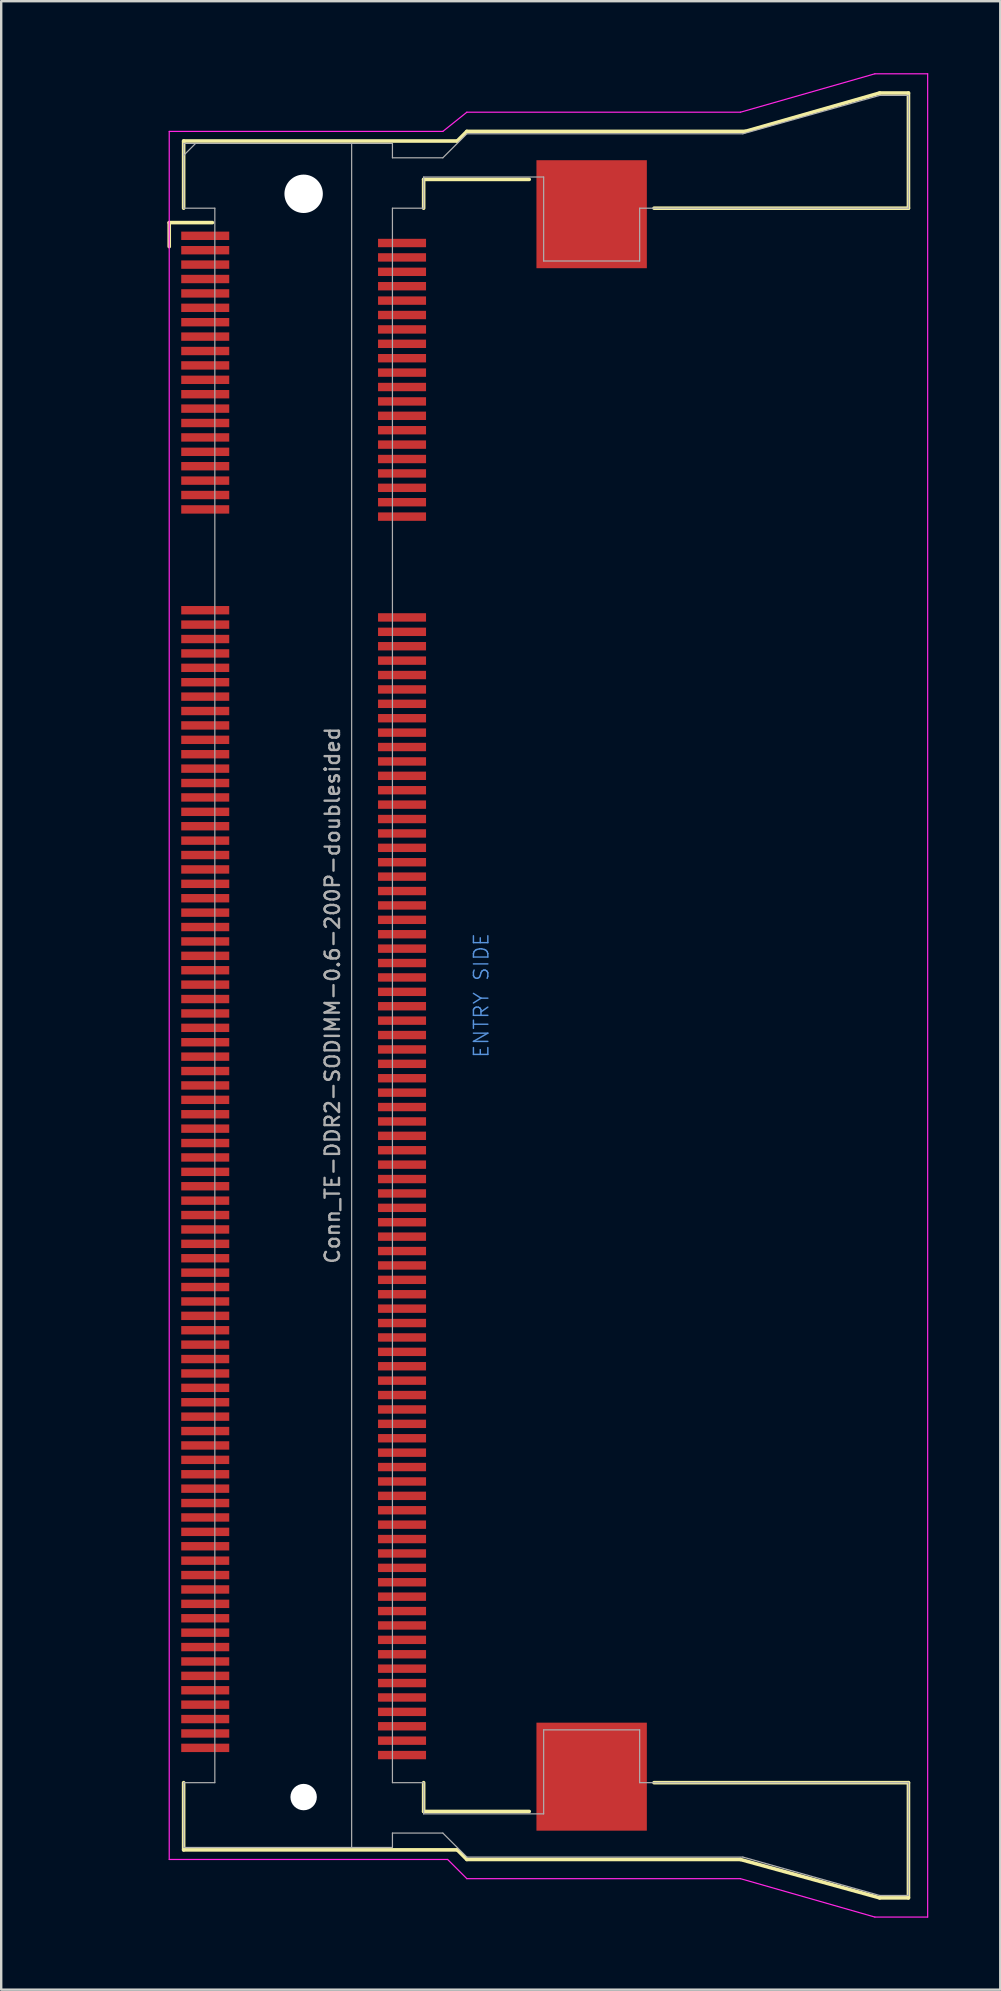
<source format=kicad_pcb>
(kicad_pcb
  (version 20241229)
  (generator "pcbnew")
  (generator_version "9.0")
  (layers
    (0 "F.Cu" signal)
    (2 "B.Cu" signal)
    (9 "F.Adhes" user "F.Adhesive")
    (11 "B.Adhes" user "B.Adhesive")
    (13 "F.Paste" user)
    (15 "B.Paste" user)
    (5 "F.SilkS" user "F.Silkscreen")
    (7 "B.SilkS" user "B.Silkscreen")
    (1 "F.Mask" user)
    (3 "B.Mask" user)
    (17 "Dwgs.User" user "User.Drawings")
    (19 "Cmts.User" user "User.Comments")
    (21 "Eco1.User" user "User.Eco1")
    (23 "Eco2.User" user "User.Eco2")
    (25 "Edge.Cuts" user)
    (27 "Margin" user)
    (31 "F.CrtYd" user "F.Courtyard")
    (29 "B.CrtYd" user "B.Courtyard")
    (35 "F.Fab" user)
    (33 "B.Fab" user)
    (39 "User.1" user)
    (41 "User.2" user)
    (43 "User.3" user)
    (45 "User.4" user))
  (footprint "Conn_TE-DDR2-SODIMM-0.6-200P-doublesided"
    (layer "F.Cu")
    (at 9.601 38.425)
    (property "Reference" "Conn_TE-DDR2-SODIMM-0.6-200P-doublesided" (at 1.2 0 90) (layer "F.Fab") (effects (font (size 0.6 0.6) (thickness 0.1))))
    (attr through_hole)
    (fp_line (start -5.6 -32.2) (end -3.8 -32.2) (stroke (width 0.15) (type solid)) (layer "F.SilkS"))
    (fp_line (start -5.6 -31.2) (end -5.6 -32.2) (stroke (width 0.15) (type solid)) (layer "F.SilkS"))
    (fp_line (start -5 -35.6) (end 6.4 -35.6) (stroke (width 0.15) (type solid)) (layer "F.SilkS"))
    (fp_line (start -5 -32.8) (end -5 -35.6) (stroke (width 0.15) (type solid)) (layer "F.SilkS"))
    (fp_line (start -5 32.8) (end -5 35.6) (stroke (width 0.15) (type solid)) (layer "F.SilkS"))
    (fp_line (start -5 35.6) (end 6.4 35.6) (stroke (width 0.15) (type solid)) (layer "F.SilkS"))
    (fp_line (start 5 -34) (end 9.4 -34) (stroke (width 0.15) (type solid)) (layer "F.SilkS"))
    (fp_line (start 5 -32.8) (end 5 -34) (stroke (width 0.15) (type solid)) (layer "F.SilkS"))
    (fp_line (start 5 34) (end 5 32.8) (stroke (width 0.15) (type solid)) (layer "F.SilkS"))
    (fp_line (start 6.4 -35.6) (end 6.8 -36) (stroke (width 0.15) (type solid)) (layer "F.SilkS"))
    (fp_line (start 6.4 35.6) (end 6.8 36) (stroke (width 0.15) (type solid)) (layer "F.SilkS"))
    (fp_line (start 6.8 -36) (end 18.4 -36) (stroke (width 0.15) (type solid)) (layer "F.SilkS"))
    (fp_line (start 6.8 36) (end 18.2 36) (stroke (width 0.15) (type solid)) (layer "F.SilkS"))
    (fp_line (start 9.4 34) (end 5 34) (stroke (width 0.15) (type solid)) (layer "F.SilkS"))
    (fp_line (start 14.6 -32.8) (end 25.2 -32.8) (stroke (width 0.15) (type solid)) (layer "F.SilkS"))
    (fp_line (start 14.6 32.8) (end 25.2 32.8) (stroke (width 0.15) (type solid)) (layer "F.SilkS"))
    (fp_line (start 18.2 36) (end 24 37.6) (stroke (width 0.15) (type solid)) (layer "F.SilkS"))
    (fp_line (start 18.4 -36) (end 24 -37.6) (stroke (width 0.15) (type solid)) (layer "F.SilkS"))
    (fp_line (start 24 -37.6) (end 25.2 -37.6) (stroke (width 0.15) (type solid)) (layer "F.SilkS"))
    (fp_line (start 24 37.6) (end 25.2 37.6) (stroke (width 0.15) (type solid)) (layer "F.SilkS"))
    (fp_line (start 25.2 -37.6) (end 25.2 -32.8) (stroke (width 0.15) (type solid)) (layer "F.SilkS"))
    (fp_line (start 25.2 37.6) (end 25.2 32.8) (stroke (width 0.15) (type solid)) (layer "F.SilkS"))
    (fp_line (start -5.6 -36) (end -5.6 36) (stroke (width 0.05) (type solid)) (layer "F.CrtYd"))
    (fp_line (start -5.6 -36) (end 5.8 -36) (stroke (width 0.05) (type solid)) (layer "F.CrtYd"))
    (fp_line (start -5.6 36) (end 6 36) (stroke (width 0.05) (type solid)) (layer "F.CrtYd"))
    (fp_line (start 6 36) (end 6.8 36.8) (stroke (width 0.05) (type solid)) (layer "F.CrtYd"))
    (fp_line (start 6.8 -36.8) (end 5.8 -36) (stroke (width 0.05) (type solid)) (layer "F.CrtYd"))
    (fp_line (start 6.8 36.8) (end 18.2 36.8) (stroke (width 0.05) (type solid)) (layer "F.CrtYd"))
    (fp_line (start 18.2 -36.8) (end 6.8 -36.8) (stroke (width 0.05) (type solid)) (layer "F.CrtYd"))
    (fp_line (start 18.2 36.8) (end 23.8 38.4) (stroke (width 0.05) (type solid)) (layer "F.CrtYd"))
    (fp_line (start 23.8 -38.4) (end 18.2 -36.8) (stroke (width 0.05) (type solid)) (layer "F.CrtYd"))
    (fp_line (start 23.8 38.4) (end 26 38.4) (stroke (width 0.05) (type solid)) (layer "F.CrtYd"))
    (fp_line (start 26 -38.4) (end 23.8 -38.4) (stroke (width 0.05) (type solid)) (layer "F.CrtYd"))
    (fp_line (start 26 38.4) (end 26 -38.4) (stroke (width 0.05) (type solid)) (layer "F.CrtYd"))
    (fp_line (start -5 -35.5) (end -5 -32.8) (stroke (width 0.05) (type solid)) (layer "F.Fab"))
    (fp_line (start -5 -35.5) (end 2 -35.5) (stroke (width 0.05) (type solid)) (layer "F.Fab"))
    (fp_line (start -5 -35) (end -4.5 -35.5) (stroke (width 0.05) (type solid)) (layer "F.Fab"))
    (fp_line (start -5 -32.8) (end -3.7 -32.8) (stroke (width 0.05) (type solid)) (layer "F.Fab"))
    (fp_line (start -5 32.8) (end -3.7 32.8) (stroke (width 0.05) (type solid)) (layer "F.Fab"))
    (fp_line (start -5 35.5) (end -5 32.8) (stroke (width 0.05) (type solid)) (layer "F.Fab"))
    (fp_line (start -3.7 32.8) (end -3.7 -32.8) (stroke (width 0.05) (type solid)) (layer "F.Fab"))
    (fp_line (start 2 -35.5) (end 2 35.5) (stroke (width 0.05) (type solid)) (layer "F.Fab"))
    (fp_line (start 2 35.5) (end -5 35.5) (stroke (width 0.05) (type solid)) (layer "F.Fab"))
    (fp_line (start 3.7 -35.5) (end 2 -35.5) (stroke (width 0.05) (type solid)) (layer "F.Fab"))
    (fp_line (start 3.7 -35.5) (end 3.7 -34.9) (stroke (width 0.05) (type solid)) (layer "F.Fab"))
    (fp_line (start 3.7 -32.8) (end 3.7 32.8) (stroke (width 0.05) (type solid)) (layer "F.Fab"))
    (fp_line (start 3.7 -32.8) (end 5 -32.8) (stroke (width 0.05) (type solid)) (layer "F.Fab"))
    (fp_line (start 3.7 34.9) (end 3.7 35.5) (stroke (width 0.05) (type solid)) (layer "F.Fab"))
    (fp_line (start 3.7 34.9) (end 5.8 34.9) (stroke (width 0.05) (type solid)) (layer "F.Fab"))
    (fp_line (start 3.7 35.5) (end 2 35.5) (stroke (width 0.05) (type solid)) (layer "F.Fab"))
    (fp_line (start 5 -34.1) (end 10 -34.1) (stroke (width 0.05) (type solid)) (layer "F.Fab"))
    (fp_line (start 5 -32.8) (end 5 -34.1) (stroke (width 0.05) (type solid)) (layer "F.Fab"))
    (fp_line (start 5 32.8) (end 3.7 32.8) (stroke (width 0.05) (type solid)) (layer "F.Fab"))
    (fp_line (start 5 34.1) (end 5 32.8) (stroke (width 0.05) (type solid)) (layer "F.Fab"))
    (fp_line (start 5 34.1) (end 10 34.1) (stroke (width 0.05) (type solid)) (layer "F.Fab"))
    (fp_line (start 5.8 -34.9) (end 3.7 -34.9) (stroke (width 0.05) (type solid)) (layer "F.Fab"))
    (fp_line (start 5.8 -34.9) (end 6.8 -35.9) (stroke (width 0.05) (type solid)) (layer "F.Fab"))
    (fp_line (start 5.8 34.9) (end 6.8 35.9) (stroke (width 0.05) (type solid)) (layer "F.Fab"))
    (fp_line (start 6.8 -35.9) (end 18.3 -35.9) (stroke (width 0.05) (type solid)) (layer "F.Fab"))
    (fp_line (start 10 -34.1) (end 10 -30.6) (stroke (width 0.05) (type solid)) (layer "F.Fab"))
    (fp_line (start 10 -30.6) (end 14 -30.6) (stroke (width 0.05) (type solid)) (layer "F.Fab"))
    (fp_line (start 10 30.6) (end 14 30.6) (stroke (width 0.05) (type solid)) (layer "F.Fab"))
    (fp_line (start 10 34.1) (end 10 30.6) (stroke (width 0.05) (type solid)) (layer "F.Fab"))
    (fp_line (start 14 -32.8) (end 25.2 -32.8) (stroke (width 0.05) (type solid)) (layer "F.Fab"))
    (fp_line (start 14 -30.6) (end 14 -32.8) (stroke (width 0.05) (type solid)) (layer "F.Fab"))
    (fp_line (start 14 30.6) (end 14 32.8) (stroke (width 0.05) (type solid)) (layer "F.Fab"))
    (fp_line (start 14 32.8) (end 25.2 32.8) (stroke (width 0.05) (type solid)) (layer "F.Fab"))
    (fp_line (start 18.3 35.9) (end 6.8 35.9) (stroke (width 0.05) (type solid)) (layer "F.Fab"))
    (fp_line (start 18.3 35.9) (end 24 37.5) (stroke (width 0.05) (type solid)) (layer "F.Fab"))
    (fp_line (start 24 -37.5) (end 18.3 -35.9) (stroke (width 0.05) (type solid)) (layer "F.Fab"))
    (fp_line (start 25.2 -37.5) (end 24 -37.5) (stroke (width 0.05) (type solid)) (layer "F.Fab"))
    (fp_line (start 25.2 -32.8) (end 25.2 -37.5) (stroke (width 0.05) (type solid)) (layer "F.Fab"))
    (fp_line (start 25.2 37.5) (end 24 37.5) (stroke (width 0.05) (type solid)) (layer "F.Fab"))
    (fp_line (start 25.2 37.5) (end 25.2 32.8) (stroke (width 0.05) (type solid)) (layer "F.Fab"))
    (fp_text user "ENTRY SIDE" (at 7.4 0 90) (layer "Cmts.User") (effects (font (size 0.6 0.6) (thickness 0.06))))
    (fp_text user "${REFERENCE}" (at -4 -35 0) (layer "Eco1.User") (effects (font (size 0.3 0.3) (thickness 0.03))))
    (pad "" np_thru_hole circle (at 0 -33.4) (size 1.6 1.6) (drill 1.6) (layers "*.Cu"))
    (pad "" np_thru_hole circle (at 0 33.4) (size 1.1 1.1) (drill 1.1) (layers "*.Cu"))
    (pad "" smd rect (at 12 -32.55) (size 4.6 4.5) (layers "F.Cu" "F.Mask" "F.Paste"))
    (pad "" smd rect (at 12 32.55) (size 4.6 4.5) (layers "F.Cu" "F.Mask" "F.Paste"))
    (pad "1" smd rect (at -4.1 -31.65) (size 2 0.35) (layers "F.Cu" "F.Mask" "F.Paste"))
    (pad "2" smd rect (at 4.1 -31.35) (size 2 0.35) (layers "F.Cu" "F.Mask" "F.Paste"))
    (pad "3" smd rect (at -4.1 -31.05) (size 2 0.35) (layers "F.Cu" "F.Mask" "F.Paste"))
    (pad "4" smd rect (at 4.1 -30.75) (size 2 0.35) (layers "F.Cu" "F.Mask" "F.Paste"))
    (pad "5" smd rect (at -4.1 -30.45) (size 2 0.35) (layers "F.Cu" "F.Mask" "F.Paste"))
    (pad "6" smd rect (at 4.1 -30.15) (size 2 0.35) (layers "F.Cu" "F.Mask" "F.Paste"))
    (pad "7" smd rect (at -4.1 -29.85) (size 2 0.35) (layers "F.Cu" "F.Mask" "F.Paste"))
    (pad "8" smd rect (at 4.1 -29.55) (size 2 0.35) (layers "F.Cu" "F.Mask" "F.Paste"))
    (pad "9" smd rect (at -4.1 -29.25) (size 2 0.35) (layers "F.Cu" "F.Mask" "F.Paste"))
    (pad "10" smd rect (at 4.1 -28.95) (size 2 0.35) (layers "F.Cu" "F.Mask" "F.Paste"))
    (pad "11" smd rect (at -4.1 -28.65) (size 2 0.35) (layers "F.Cu" "F.Mask" "F.Paste"))
    (pad "12" smd rect (at 4.1 -28.35) (size 2 0.35) (layers "F.Cu" "F.Mask" "F.Paste"))
    (pad "13" smd rect (at -4.1 -28.05) (size 2 0.35) (layers "F.Cu" "F.Mask" "F.Paste"))
    (pad "14" smd rect (at 4.1 -27.75) (size 2 0.35) (layers "F.Cu" "F.Mask" "F.Paste"))
    (pad "15" smd rect (at -4.1 -27.45) (size 2 0.35) (layers "F.Cu" "F.Mask" "F.Paste"))
    (pad "16" smd rect (at 4.1 -27.15) (size 2 0.35) (layers "F.Cu" "F.Mask" "F.Paste"))
    (pad "17" smd rect (at -4.1 -26.85) (size 2 0.35) (layers "F.Cu" "F.Mask" "F.Paste"))
    (pad "18" smd rect (at 4.1 -26.55) (size 2 0.35) (layers "F.Cu" "F.Mask" "F.Paste"))
    (pad "19" smd rect (at -4.1 -26.25) (size 2 0.35) (layers "F.Cu" "F.Mask" "F.Paste"))
    (pad "20" smd rect (at 4.1 -25.95) (size 2 0.35) (layers "F.Cu" "F.Mask" "F.Paste"))
    (pad "21" smd rect (at -4.1 -25.65) (size 2 0.35) (layers "F.Cu" "F.Mask" "F.Paste"))
    (pad "22" smd rect (at 4.1 -25.35) (size 2 0.35) (layers "F.Cu" "F.Mask" "F.Paste"))
    (pad "23" smd rect (at -4.1 -25.05) (size 2 0.35) (layers "F.Cu" "F.Mask" "F.Paste"))
    (pad "24" smd rect (at 4.1 -24.75) (size 2 0.35) (layers "F.Cu" "F.Mask" "F.Paste"))
    (pad "25" smd rect (at -4.1 -24.45) (size 2 0.35) (layers "F.Cu" "F.Mask" "F.Paste"))
    (pad "26" smd rect (at 4.1 -24.15) (size 2 0.35) (layers "F.Cu" "F.Mask" "F.Paste"))
    (pad "27" smd rect (at -4.1 -23.85) (size 2 0.35) (layers "F.Cu" "F.Mask" "F.Paste"))
    (pad "28" smd rect (at 4.1 -23.55) (size 2 0.35) (layers "F.Cu" "F.Mask" "F.Paste"))
    (pad "29" smd rect (at -4.1 -23.25) (size 2 0.35) (layers "F.Cu" "F.Mask" "F.Paste"))
    (pad "30" smd rect (at 4.1 -22.95) (size 2 0.35) (layers "F.Cu" "F.Mask" "F.Paste"))
    (pad "31" smd rect (at -4.1 -22.65) (size 2 0.35) (layers "F.Cu" "F.Mask" "F.Paste"))
    (pad "32" smd rect (at 4.1 -22.35) (size 2 0.35) (layers "F.Cu" "F.Mask" "F.Paste"))
    (pad "33" smd rect (at -4.1 -22.05) (size 2 0.35) (layers "F.Cu" "F.Mask" "F.Paste"))
    (pad "34" smd rect (at 4.1 -21.75) (size 2 0.35) (layers "F.Cu" "F.Mask" "F.Paste"))
    (pad "35" smd rect (at -4.1 -21.45) (size 2 0.35) (layers "F.Cu" "F.Mask" "F.Paste"))
    (pad "36" smd rect (at 4.1 -21.15) (size 2 0.35) (layers "F.Cu" "F.Mask" "F.Paste"))
    (pad "37" smd rect (at -4.1 -20.85) (size 2 0.35) (layers "F.Cu" "F.Mask" "F.Paste"))
    (pad "38" smd rect (at 4.1 -20.55) (size 2 0.35) (layers "F.Cu" "F.Mask" "F.Paste"))
    (pad "39" smd rect (at -4.1 -20.25) (size 2 0.35) (layers "F.Cu" "F.Mask" "F.Paste"))
    (pad "40" smd rect (at 4.1 -19.95) (size 2 0.35) (layers "F.Cu" "F.Mask" "F.Paste"))
    (pad "41" smd rect (at -4.1 -16.05) (size 2 0.35) (layers "F.Cu" "F.Mask" "F.Paste"))
    (pad "42" smd rect (at 4.1 -15.75) (size 2 0.35) (layers "F.Cu" "F.Mask" "F.Paste"))
    (pad "43" smd rect (at -4.1 -15.45) (size 2 0.35) (layers "F.Cu" "F.Mask" "F.Paste"))
    (pad "44" smd rect (at 4.1 -15.15) (size 2 0.35) (layers "F.Cu" "F.Mask" "F.Paste"))
    (pad "45" smd rect (at -4.1 -14.85) (size 2 0.35) (layers "F.Cu" "F.Mask" "F.Paste"))
    (pad "46" smd rect (at 4.1 -14.55) (size 2 0.35) (layers "F.Cu" "F.Mask" "F.Paste"))
    (pad "47" smd rect (at -4.1 -14.25) (size 2 0.35) (layers "F.Cu" "F.Mask" "F.Paste"))
    (pad "48" smd rect (at 4.1 -13.95) (size 2 0.35) (layers "F.Cu" "F.Mask" "F.Paste"))
    (pad "49" smd rect (at -4.1 -13.65) (size 2 0.35) (layers "F.Cu" "F.Mask" "F.Paste"))
    (pad "50" smd rect (at 4.1 -13.35) (size 2 0.35) (layers "F.Cu" "F.Mask" "F.Paste"))
    (pad "51" smd rect (at -4.1 -13.05) (size 2 0.35) (layers "F.Cu" "F.Mask" "F.Paste"))
    (pad "52" smd rect (at 4.1 -12.75) (size 2 0.35) (layers "F.Cu" "F.Mask" "F.Paste"))
    (pad "53" smd rect (at -4.1 -12.45) (size 2 0.35) (layers "F.Cu" "F.Mask" "F.Paste"))
    (pad "54" smd rect (at 4.1 -12.15) (size 2 0.35) (layers "F.Cu" "F.Mask" "F.Paste"))
    (pad "55" smd rect (at -4.1 -11.85) (size 2 0.35) (layers "F.Cu" "F.Mask" "F.Paste"))
    (pad "56" smd rect (at 4.1 -11.55) (size 2 0.35) (layers "F.Cu" "F.Mask" "F.Paste"))
    (pad "57" smd rect (at -4.1 -11.25) (size 2 0.35) (layers "F.Cu" "F.Mask" "F.Paste"))
    (pad "58" smd rect (at 4.1 -10.95) (size 2 0.35) (layers "F.Cu" "F.Mask" "F.Paste"))
    (pad "59" smd rect (at -4.1 -10.65) (size 2 0.35) (layers "F.Cu" "F.Mask" "F.Paste"))
    (pad "60" smd rect (at 4.1 -10.35) (size 2 0.35) (layers "F.Cu" "F.Mask" "F.Paste"))
    (pad "61" smd rect (at -4.1 -10.05) (size 2 0.35) (layers "F.Cu" "F.Mask" "F.Paste"))
    (pad "62" smd rect (at 4.1 -9.75) (size 2 0.35) (layers "F.Cu" "F.Mask" "F.Paste"))
    (pad "63" smd rect (at -4.1 -9.45) (size 2 0.35) (layers "F.Cu" "F.Mask" "F.Paste"))
    (pad "64" smd rect (at 4.1 -9.15) (size 2 0.35) (layers "F.Cu" "F.Mask" "F.Paste"))
    (pad "65" smd rect (at -4.1 -8.85) (size 2 0.35) (layers "F.Cu" "F.Mask" "F.Paste"))
    (pad "66" smd rect (at 4.1 -8.55) (size 2 0.35) (layers "F.Cu" "F.Mask" "F.Paste"))
    (pad "67" smd rect (at -4.1 -8.25) (size 2 0.35) (layers "F.Cu" "F.Mask" "F.Paste"))
    (pad "68" smd rect (at 4.1 -7.95) (size 2 0.35) (layers "F.Cu" "F.Mask" "F.Paste"))
    (pad "69" smd rect (at -4.1 -7.65) (size 2 0.35) (layers "F.Cu" "F.Mask" "F.Paste"))
    (pad "70" smd rect (at 4.1 -7.35) (size 2 0.35) (layers "F.Cu" "F.Mask" "F.Paste"))
    (pad "71" smd rect (at -4.1 -7.05) (size 2 0.35) (layers "F.Cu" "F.Mask" "F.Paste"))
    (pad "72" smd rect (at 4.1 -6.75) (size 2 0.35) (layers "F.Cu" "F.Mask" "F.Paste"))
    (pad "73" smd rect (at -4.1 -6.45) (size 2 0.35) (layers "F.Cu" "F.Mask" "F.Paste"))
    (pad "74" smd rect (at 4.1 -6.15) (size 2 0.35) (layers "F.Cu" "F.Mask" "F.Paste"))
    (pad "75" smd rect (at -4.1 -5.85) (size 2 0.35) (layers "F.Cu" "F.Mask" "F.Paste"))
    (pad "76" smd rect (at 4.1 -5.55) (size 2 0.35) (layers "F.Cu" "F.Mask" "F.Paste"))
    (pad "77" smd rect (at -4.1 -5.25) (size 2 0.35) (layers "F.Cu" "F.Mask" "F.Paste"))
    (pad "78" smd rect (at 4.1 -4.95) (size 2 0.35) (layers "F.Cu" "F.Mask" "F.Paste"))
    (pad "79" smd rect (at -4.1 -4.65) (size 2 0.35) (layers "F.Cu" "F.Mask" "F.Paste"))
    (pad "80" smd rect (at 4.1 -4.35) (size 2 0.35) (layers "F.Cu" "F.Mask" "F.Paste"))
    (pad "81" smd rect (at -4.1 -4.05) (size 2 0.35) (layers "F.Cu" "F.Mask" "F.Paste"))
    (pad "82" smd rect (at 4.1 -3.75) (size 2 0.35) (layers "F.Cu" "F.Mask" "F.Paste"))
    (pad "83" smd rect (at -4.1 -3.45) (size 2 0.35) (layers "F.Cu" "F.Mask" "F.Paste"))
    (pad "84" smd rect (at 4.1 -3.15) (size 2 0.35) (layers "F.Cu" "F.Mask" "F.Paste"))
    (pad "85" smd rect (at -4.1 -2.85) (size 2 0.35) (layers "F.Cu" "F.Mask" "F.Paste"))
    (pad "86" smd rect (at 4.1 -2.55) (size 2 0.35) (layers "F.Cu" "F.Mask" "F.Paste"))
    (pad "87" smd rect (at -4.1 -2.25) (size 2 0.35) (layers "F.Cu" "F.Mask" "F.Paste"))
    (pad "88" smd rect (at 4.1 -1.95) (size 2 0.35) (layers "F.Cu" "F.Mask" "F.Paste"))
    (pad "89" smd rect (at -4.1 -1.65) (size 2 0.35) (layers "F.Cu" "F.Mask" "F.Paste"))
    (pad "90" smd rect (at 4.1 -1.35) (size 2 0.35) (layers "F.Cu" "F.Mask" "F.Paste"))
    (pad "91" smd rect (at -4.1 -1.05) (size 2 0.35) (layers "F.Cu" "F.Mask" "F.Paste"))
    (pad "92" smd rect (at 4.1 -0.75) (size 2 0.35) (layers "F.Cu" "F.Mask" "F.Paste"))
    (pad "93" smd rect (at -4.1 -0.45) (size 2 0.35) (layers "F.Cu" "F.Mask" "F.Paste"))
    (pad "94" smd rect (at 4.1 -0.15) (size 2 0.35) (layers "F.Cu" "F.Mask" "F.Paste"))
    (pad "95" smd rect (at -4.1 0.15) (size 2 0.35) (layers "F.Cu" "F.Mask" "F.Paste"))
    (pad "96" smd rect (at 4.1 0.45) (size 2 0.35) (layers "F.Cu" "F.Mask" "F.Paste"))
    (pad "97" smd rect (at -4.1 0.75) (size 2 0.35) (layers "F.Cu" "F.Mask" "F.Paste"))
    (pad "98" smd rect (at 4.1 1.05) (size 2 0.35) (layers "F.Cu" "F.Mask" "F.Paste"))
    (pad "99" smd rect (at -4.1 1.35) (size 2 0.35) (layers "F.Cu" "F.Mask" "F.Paste"))
    (pad "100" smd rect (at 4.1 1.65) (size 2 0.35) (layers "F.Cu" "F.Mask" "F.Paste"))
    (pad "101" smd rect (at -4.1 1.95) (size 2 0.35) (layers "F.Cu" "F.Mask" "F.Paste"))
    (pad "102" smd rect (at 4.1 2.25) (size 2 0.35) (layers "F.Cu" "F.Mask" "F.Paste"))
    (pad "103" smd rect (at -4.1 2.55) (size 2 0.35) (layers "F.Cu" "F.Mask" "F.Paste"))
    (pad "104" smd rect (at 4.1 2.85) (size 2 0.35) (layers "F.Cu" "F.Mask" "F.Paste"))
    (pad "105" smd rect (at -4.1 3.15) (size 2 0.35) (layers "F.Cu" "F.Mask" "F.Paste"))
    (pad "106" smd rect (at 4.1 3.45) (size 2 0.35) (layers "F.Cu" "F.Mask" "F.Paste"))
    (pad "107" smd rect (at -4.1 3.75) (size 2 0.35) (layers "F.Cu" "F.Mask" "F.Paste"))
    (pad "108" smd rect (at 4.1 4.05) (size 2 0.35) (layers "F.Cu" "F.Mask" "F.Paste"))
    (pad "109" smd rect (at -4.1 4.35) (size 2 0.35) (layers "F.Cu" "F.Mask" "F.Paste"))
    (pad "110" smd rect (at 4.1 4.65) (size 2 0.35) (layers "F.Cu" "F.Mask" "F.Paste"))
    (pad "111" smd rect (at -4.1 4.95) (size 2 0.35) (layers "F.Cu" "F.Mask" "F.Paste"))
    (pad "112" smd rect (at 4.1 5.25) (size 2 0.35) (layers "F.Cu" "F.Mask" "F.Paste"))
    (pad "113" smd rect (at -4.1 5.55) (size 2 0.35) (layers "F.Cu" "F.Mask" "F.Paste"))
    (pad "114" smd rect (at 4.1 5.85) (size 2 0.35) (layers "F.Cu" "F.Mask" "F.Paste"))
    (pad "115" smd rect (at -4.1 6.15) (size 2 0.35) (layers "F.Cu" "F.Mask" "F.Paste"))
    (pad "116" smd rect (at 4.1 6.45) (size 2 0.35) (layers "F.Cu" "F.Mask" "F.Paste"))
    (pad "117" smd rect (at -4.1 6.75) (size 2 0.35) (layers "F.Cu" "F.Mask" "F.Paste"))
    (pad "118" smd rect (at 4.1 7.05) (size 2 0.35) (layers "F.Cu" "F.Mask" "F.Paste"))
    (pad "119" smd rect (at -4.1 7.35) (size 2 0.35) (layers "F.Cu" "F.Mask" "F.Paste"))
    (pad "120" smd rect (at 4.1 7.65) (size 2 0.35) (layers "F.Cu" "F.Mask" "F.Paste"))
    (pad "121" smd rect (at -4.1 7.95) (size 2 0.35) (layers "F.Cu" "F.Mask" "F.Paste"))
    (pad "122" smd rect (at 4.1 8.25) (size 2 0.35) (layers "F.Cu" "F.Mask" "F.Paste"))
    (pad "123" smd rect (at -4.1 8.55) (size 2 0.35) (layers "F.Cu" "F.Mask" "F.Paste"))
    (pad "124" smd rect (at 4.1 8.85) (size 2 0.35) (layers "F.Cu" "F.Mask" "F.Paste"))
    (pad "125" smd rect (at -4.1 9.15) (size 2 0.35) (layers "F.Cu" "F.Mask" "F.Paste"))
    (pad "126" smd rect (at 4.1 9.45) (size 2 0.35) (layers "F.Cu" "F.Mask" "F.Paste"))
    (pad "127" smd rect (at -4.1 9.75) (size 2 0.35) (layers "F.Cu" "F.Mask" "F.Paste"))
    (pad "128" smd rect (at 4.1 10.05) (size 2 0.35) (layers "F.Cu" "F.Mask" "F.Paste"))
    (pad "129" smd rect (at -4.1 10.35) (size 2 0.35) (layers "F.Cu" "F.Mask" "F.Paste"))
    (pad "130" smd rect (at 4.1 10.65) (size 2 0.35) (layers "F.Cu" "F.Mask" "F.Paste"))
    (pad "131" smd rect (at -4.1 10.95) (size 2 0.35) (layers "F.Cu" "F.Mask" "F.Paste"))
    (pad "132" smd rect (at 4.1 11.25) (size 2 0.35) (layers "F.Cu" "F.Mask" "F.Paste"))
    (pad "133" smd rect (at -4.1 11.55) (size 2 0.35) (layers "F.Cu" "F.Mask" "F.Paste"))
    (pad "134" smd rect (at 4.1 11.85) (size 2 0.35) (layers "F.Cu" "F.Mask" "F.Paste"))
    (pad "135" smd rect (at -4.1 12.15) (size 2 0.35) (layers "F.Cu" "F.Mask" "F.Paste"))
    (pad "136" smd rect (at 4.1 12.45) (size 2 0.35) (layers "F.Cu" "F.Mask" "F.Paste"))
    (pad "137" smd rect (at -4.1 12.75) (size 2 0.35) (layers "F.Cu" "F.Mask" "F.Paste"))
    (pad "138" smd rect (at 4.1 13.05) (size 2 0.35) (layers "F.Cu" "F.Mask" "F.Paste"))
    (pad "139" smd rect (at -4.1 13.35) (size 2 0.35) (layers "F.Cu" "F.Mask" "F.Paste"))
    (pad "140" smd rect (at 4.1 13.65) (size 2 0.35) (layers "F.Cu" "F.Mask" "F.Paste"))
    (pad "141" smd rect (at -4.1 13.95) (size 2 0.35) (layers "F.Cu" "F.Mask" "F.Paste"))
    (pad "142" smd rect (at 4.1 14.25) (size 2 0.35) (layers "F.Cu" "F.Mask" "F.Paste"))
    (pad "143" smd rect (at -4.1 14.55) (size 2 0.35) (layers "F.Cu" "F.Mask" "F.Paste"))
    (pad "144" smd rect (at 4.1 14.85) (size 2 0.35) (layers "F.Cu" "F.Mask" "F.Paste"))
    (pad "145" smd rect (at -4.1 15.15) (size 2 0.35) (layers "F.Cu" "F.Mask" "F.Paste"))
    (pad "146" smd rect (at 4.1 15.45) (size 2 0.35) (layers "F.Cu" "F.Mask" "F.Paste"))
    (pad "147" smd rect (at -4.1 15.75) (size 2 0.35) (layers "F.Cu" "F.Mask" "F.Paste"))
    (pad "148" smd rect (at 4.1 16.05) (size 2 0.35) (layers "F.Cu" "F.Mask" "F.Paste"))
    (pad "149" smd rect (at -4.1 16.35) (size 2 0.35) (layers "F.Cu" "F.Mask" "F.Paste"))
    (pad "150" smd rect (at 4.1 16.65) (size 2 0.35) (layers "F.Cu" "F.Mask" "F.Paste"))
    (pad "151" smd rect (at -4.1 16.95) (size 2 0.35) (layers "F.Cu" "F.Mask" "F.Paste"))
    (pad "152" smd rect (at 4.1 17.25) (size 2 0.35) (layers "F.Cu" "F.Mask" "F.Paste"))
    (pad "153" smd rect (at -4.1 17.55) (size 2 0.35) (layers "F.Cu" "F.Mask" "F.Paste"))
    (pad "154" smd rect (at 4.1 17.85) (size 2 0.35) (layers "F.Cu" "F.Mask" "F.Paste"))
    (pad "155" smd rect (at -4.1 18.15) (size 2 0.35) (layers "F.Cu" "F.Mask" "F.Paste"))
    (pad "156" smd rect (at 4.1 18.45) (size 2 0.35) (layers "F.Cu" "F.Mask" "F.Paste"))
    (pad "157" smd rect (at -4.1 18.75) (size 2 0.35) (layers "F.Cu" "F.Mask" "F.Paste"))
    (pad "158" smd rect (at 4.1 19.05) (size 2 0.35) (layers "F.Cu" "F.Mask" "F.Paste"))
    (pad "159" smd rect (at -4.1 19.35) (size 2 0.35) (layers "F.Cu" "F.Mask" "F.Paste"))
    (pad "160" smd rect (at 4.1 19.65) (size 2 0.35) (layers "F.Cu" "F.Mask" "F.Paste"))
    (pad "161" smd rect (at -4.1 19.95) (size 2 0.35) (layers "F.Cu" "F.Mask" "F.Paste"))
    (pad "162" smd rect (at 4.1 20.25) (size 2 0.35) (layers "F.Cu" "F.Mask" "F.Paste"))
    (pad "163" smd rect (at -4.1 20.55) (size 2 0.35) (layers "F.Cu" "F.Mask" "F.Paste"))
    (pad "164" smd rect (at 4.1 20.85) (size 2 0.35) (layers "F.Cu" "F.Mask" "F.Paste"))
    (pad "165" smd rect (at -4.1 21.15) (size 2 0.35) (layers "F.Cu" "F.Mask" "F.Paste"))
    (pad "166" smd rect (at 4.1 21.45) (size 2 0.35) (layers "F.Cu" "F.Mask" "F.Paste"))
    (pad "167" smd rect (at -4.1 21.75) (size 2 0.35) (layers "F.Cu" "F.Mask" "F.Paste"))
    (pad "168" smd rect (at 4.1 22.05) (size 2 0.35) (layers "F.Cu" "F.Mask" "F.Paste"))
    (pad "169" smd rect (at -4.1 22.35) (size 2 0.35) (layers "F.Cu" "F.Mask" "F.Paste"))
    (pad "170" smd rect (at 4.1 22.65) (size 2 0.35) (layers "F.Cu" "F.Mask" "F.Paste"))
    (pad "171" smd rect (at -4.1 22.95) (size 2 0.35) (layers "F.Cu" "F.Mask" "F.Paste"))
    (pad "172" smd rect (at 4.1 23.25) (size 2 0.35) (layers "F.Cu" "F.Mask" "F.Paste"))
    (pad "173" smd rect (at -4.1 23.55) (size 2 0.35) (layers "F.Cu" "F.Mask" "F.Paste"))
    (pad "174" smd rect (at 4.1 23.85) (size 2 0.35) (layers "F.Cu" "F.Mask" "F.Paste"))
    (pad "175" smd rect (at -4.1 24.15) (size 2 0.35) (layers "F.Cu" "F.Mask" "F.Paste"))
    (pad "176" smd rect (at 4.1 24.45) (size 2 0.35) (layers "F.Cu" "F.Mask" "F.Paste"))
    (pad "177" smd rect (at -4.1 24.75) (size 2 0.35) (layers "F.Cu" "F.Mask" "F.Paste"))
    (pad "178" smd rect (at 4.1 25.05) (size 2 0.35) (layers "F.Cu" "F.Mask" "F.Paste"))
    (pad "179" smd rect (at -4.1 25.35) (size 2 0.35) (layers "F.Cu" "F.Mask" "F.Paste"))
    (pad "180" smd rect (at 4.1 25.65) (size 2 0.35) (layers "F.Cu" "F.Mask" "F.Paste"))
    (pad "181" smd rect (at -4.1 25.95) (size 2 0.35) (layers "F.Cu" "F.Mask" "F.Paste"))
    (pad "182" smd rect (at 4.1 26.25) (size 2 0.35) (layers "F.Cu" "F.Mask" "F.Paste"))
    (pad "183" smd rect (at -4.1 26.55) (size 2 0.35) (layers "F.Cu" "F.Mask" "F.Paste"))
    (pad "184" smd rect (at 4.1 26.85) (size 2 0.35) (layers "F.Cu" "F.Mask" "F.Paste"))
    (pad "185" smd rect (at -4.1 27.15) (size 2 0.35) (layers "F.Cu" "F.Mask" "F.Paste"))
    (pad "186" smd rect (at 4.1 27.45) (size 2 0.35) (layers "F.Cu" "F.Mask" "F.Paste"))
    (pad "187" smd rect (at -4.1 27.75) (size 2 0.35) (layers "F.Cu" "F.Mask" "F.Paste"))
    (pad "188" smd rect (at 4.1 28.05) (size 2 0.35) (layers "F.Cu" "F.Mask" "F.Paste"))
    (pad "189" smd rect (at -4.1 28.35) (size 2 0.35) (layers "F.Cu" "F.Mask" "F.Paste"))
    (pad "190" smd rect (at 4.1 28.65) (size 2 0.35) (layers "F.Cu" "F.Mask" "F.Paste"))
    (pad "191" smd rect (at -4.1 28.95) (size 2 0.35) (layers "F.Cu" "F.Mask" "F.Paste"))
    (pad "192" smd rect (at 4.1 29.25) (size 2 0.35) (layers "F.Cu" "F.Mask" "F.Paste"))
    (pad "193" smd rect (at -4.1 29.55) (size 2 0.35) (layers "F.Cu" "F.Mask" "F.Paste"))
    (pad "194" smd rect (at 4.1 29.85) (size 2 0.35) (layers "F.Cu" "F.Mask" "F.Paste"))
    (pad "195" smd rect (at -4.1 30.15) (size 2 0.35) (layers "F.Cu" "F.Mask" "F.Paste"))
    (pad "196" smd rect (at 4.1 30.45) (size 2 0.35) (layers "F.Cu" "F.Mask" "F.Paste"))
    (pad "197" smd rect (at -4.1 30.75) (size 2 0.35) (layers "F.Cu" "F.Mask" "F.Paste"))
    (pad "198" smd rect (at 4.1 31.05) (size 2 0.35) (layers "F.Cu" "F.Mask" "F.Paste"))
    (pad "199" smd rect (at -4.1 31.35) (size 2 0.35) (layers "F.Cu" "F.Mask" "F.Paste"))
    (pad "200" smd rect (at 4.1 31.65) (size 2 0.35) (layers "F.Cu" "F.Mask" "F.Paste")))
  (gr_rect
    (start -3 -3)
    (end 38.626 79.85)
    (stroke (width 0.1) (type default))
    (fill no)
    (layer "Edge.Cuts")))
</source>
